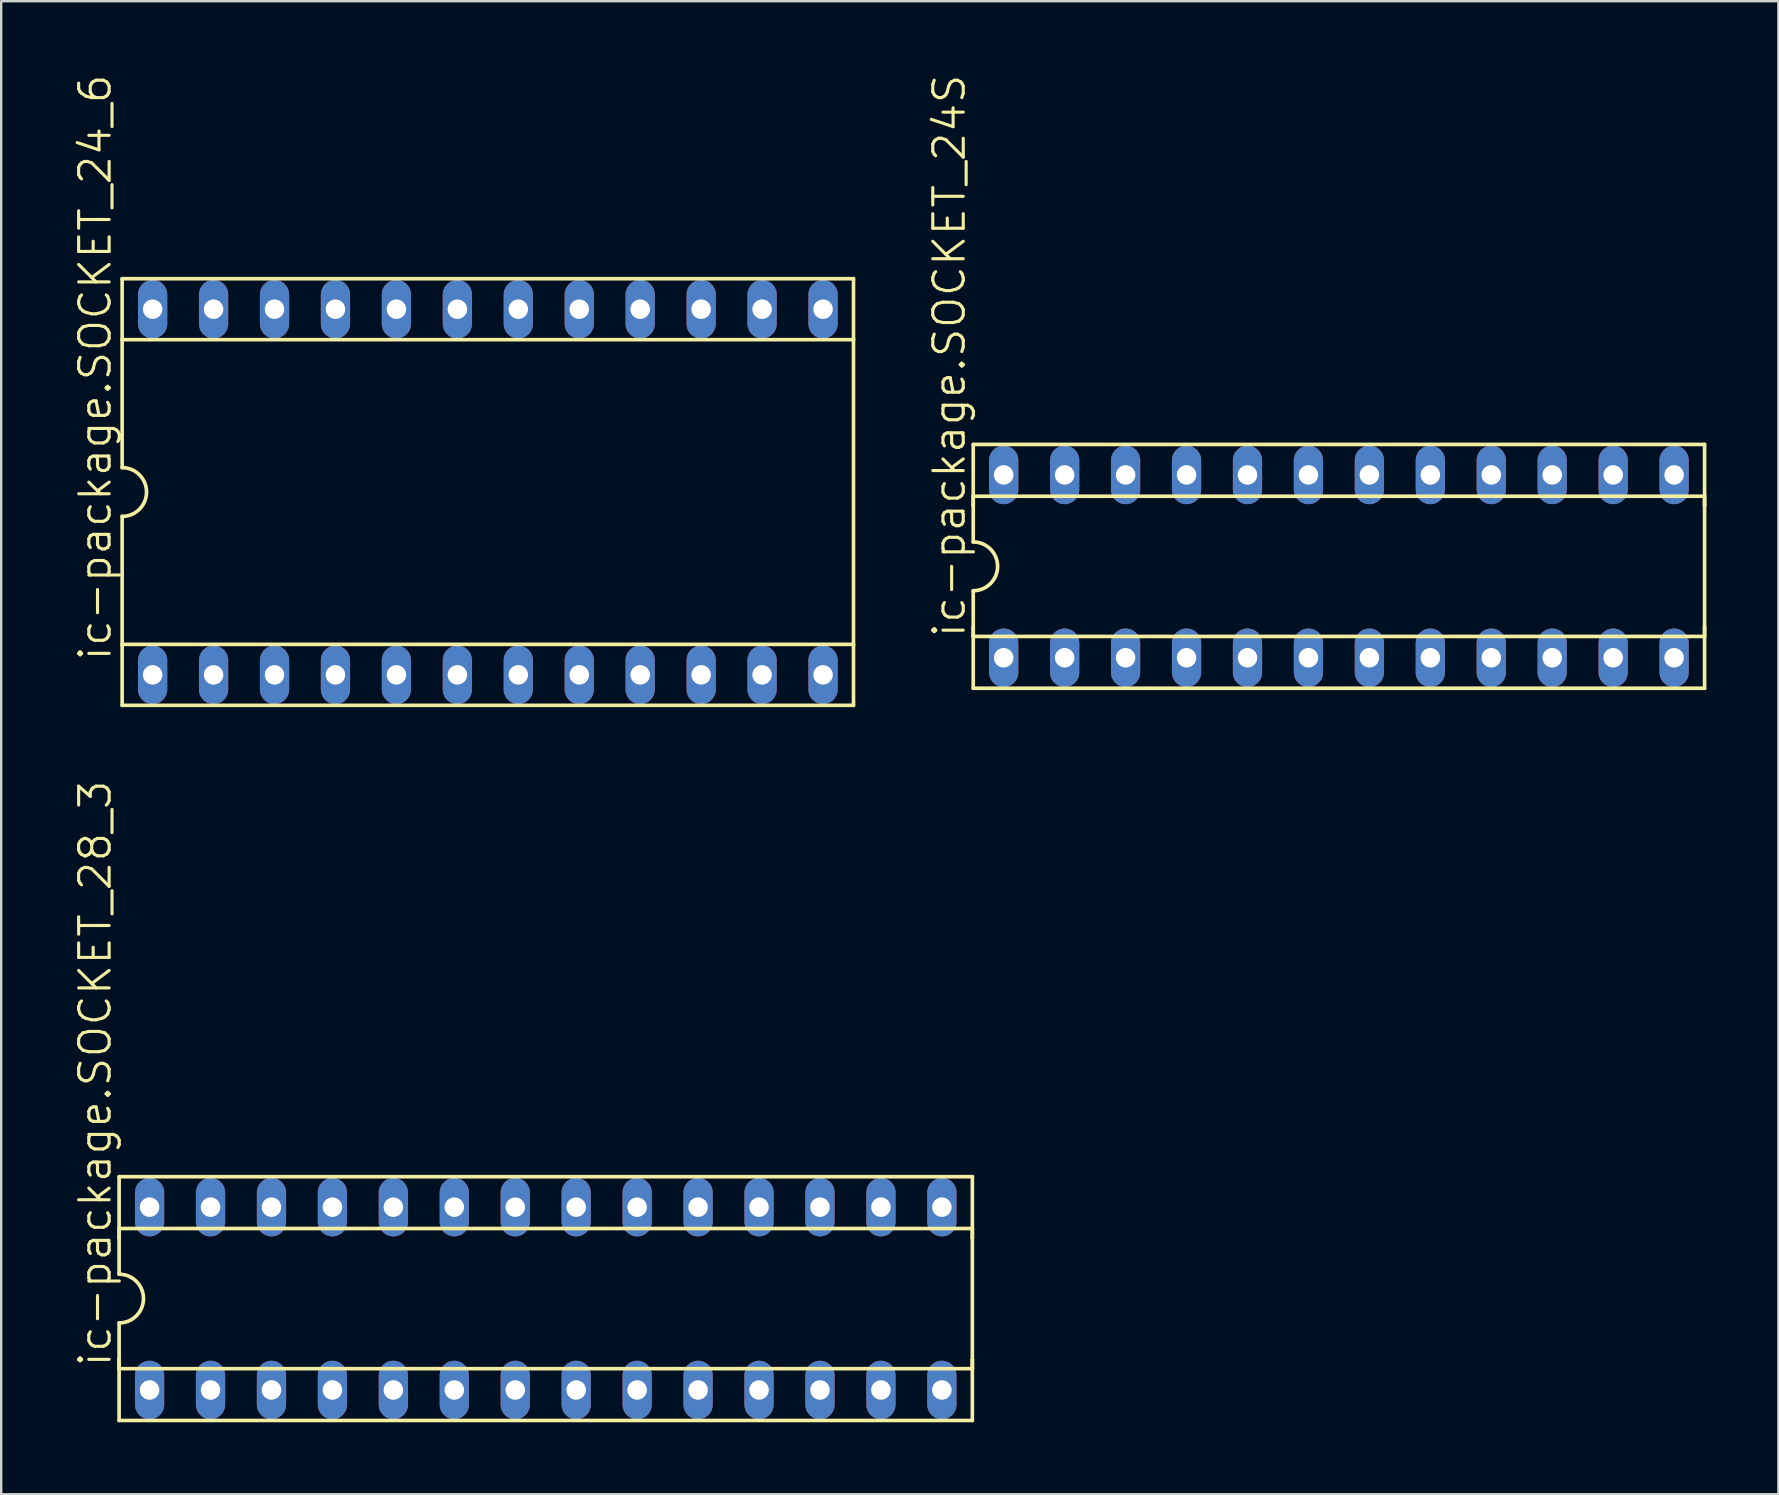
<source format=kicad_pcb>
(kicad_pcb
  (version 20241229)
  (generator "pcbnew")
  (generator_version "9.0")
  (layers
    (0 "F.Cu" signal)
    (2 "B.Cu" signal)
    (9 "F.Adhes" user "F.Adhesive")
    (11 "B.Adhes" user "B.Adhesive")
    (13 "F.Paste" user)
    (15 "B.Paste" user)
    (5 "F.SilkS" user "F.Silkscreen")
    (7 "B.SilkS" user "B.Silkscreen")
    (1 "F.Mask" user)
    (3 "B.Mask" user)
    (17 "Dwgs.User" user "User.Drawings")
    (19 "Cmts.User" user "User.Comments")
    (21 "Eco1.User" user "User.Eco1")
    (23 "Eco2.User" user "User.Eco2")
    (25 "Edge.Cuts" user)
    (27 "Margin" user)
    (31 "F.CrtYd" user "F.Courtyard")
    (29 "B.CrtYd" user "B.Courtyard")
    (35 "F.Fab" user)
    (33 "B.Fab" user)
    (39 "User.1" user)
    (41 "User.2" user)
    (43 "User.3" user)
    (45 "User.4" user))
  (footprint "ic-package.SOCKET_24S"
    (layer "F.Cu")
    (at 52.751 20.553)
    (property "Reference" "ic-package.SOCKET_24S" (at -15.494 3.048 90) (layer "F.SilkS") (effects (font (size 1.27 1.27) (thickness 0.13)) (justify left bottom)))
    (attr through_hole)
    (fp_line (start -15.24 -5.08) (end -15.24 -2.54) (stroke (width 0.152) (type default)) (layer "F.SilkS"))
    (fp_line (start -15.24 -2.921) (end -15.24 -2.54) (stroke (width 0.152) (type default)) (layer "F.SilkS"))
    (fp_line (start -15.24 -2.54) (end -15.24 -1.016) (stroke (width 0.152) (type default)) (layer "F.SilkS"))
    (fp_line (start -15.24 2.54) (end -15.24 1.016) (stroke (width 0.152) (type default)) (layer "F.SilkS"))
    (fp_line (start -15.24 2.921) (end -15.24 2.54) (stroke (width 0.152) (type default)) (layer "F.SilkS"))
    (fp_line (start -15.24 2.921) (end 15.24 2.921) (stroke (width 0.152) (type default)) (layer "F.SilkS"))
    (fp_line (start -15.24 5.08) (end -15.24 2.54) (stroke (width 0.152) (type default)) (layer "F.SilkS"))
    (fp_line (start -15.24 5.08) (end 15.24 5.08) (stroke (width 0.152) (type default)) (layer "F.SilkS"))
    (fp_line (start 15.24 -5.08) (end -15.24 -5.08) (stroke (width 0.152) (type default)) (layer "F.SilkS"))
    (fp_line (start 15.24 -5.08) (end 15.24 -2.54) (stroke (width 0.152) (type default)) (layer "F.SilkS"))
    (fp_line (start 15.24 -2.921) (end -15.24 -2.921) (stroke (width 0.152) (type default)) (layer "F.SilkS"))
    (fp_line (start 15.24 -2.921) (end 15.24 -2.54) (stroke (width 0.152) (type default)) (layer "F.SilkS"))
    (fp_line (start 15.24 -2.54) (end 15.24 2.54) (stroke (width 0.152) (type default)) (layer "F.SilkS"))
    (fp_line (start 15.24 2.54) (end 15.24 2.921) (stroke (width 0.152) (type default)) (layer "F.SilkS"))
    (fp_line (start 15.24 5.08) (end 15.24 2.54) (stroke (width 0.152) (type default)) (layer "F.SilkS"))
    (fp_arc (start -15.24 -1.016) (mid -14.224 0) (end -15.24 1.016) (stroke (width 0.1524) (type default)) (layer "F.SilkS"))
    (pad "1" thru_hole oval (at -13.97 3.81 90) (size 2.438 1.219) (drill 0.813) (layers "*.Cu" "*.Mask"))
    (pad "2" thru_hole oval (at -11.43 3.81 90) (size 2.438 1.219) (drill 0.813) (layers "*.Cu" "*.Mask"))
    (pad "3" thru_hole oval (at -8.89 3.81 90) (size 2.438 1.219) (drill 0.813) (layers "*.Cu" "*.Mask"))
    (pad "4" thru_hole oval (at -6.35 3.81 90) (size 2.438 1.219) (drill 0.813) (layers "*.Cu" "*.Mask"))
    (pad "5" thru_hole oval (at -3.81 3.81 90) (size 2.438 1.219) (drill 0.813) (layers "*.Cu" "*.Mask"))
    (pad "6" thru_hole oval (at -1.27 3.81 90) (size 2.438 1.219) (drill 0.813) (layers "*.Cu" "*.Mask"))
    (pad "7" thru_hole oval (at 1.27 3.81 90) (size 2.438 1.219) (drill 0.813) (layers "*.Cu" "*.Mask"))
    (pad "8" thru_hole oval (at 3.81 3.81 90) (size 2.438 1.219) (drill 0.813) (layers "*.Cu" "*.Mask"))
    (pad "9" thru_hole oval (at 6.35 3.81 90) (size 2.438 1.219) (drill 0.813) (layers "*.Cu" "*.Mask"))
    (pad "10" thru_hole oval (at 8.89 3.81 90) (size 2.438 1.219) (drill 0.813) (layers "*.Cu" "*.Mask"))
    (pad "11" thru_hole oval (at 11.43 3.81 90) (size 2.438 1.219) (drill 0.813) (layers "*.Cu" "*.Mask"))
    (pad "12" thru_hole oval (at 13.97 3.81 90) (size 2.438 1.219) (drill 0.813) (layers "*.Cu" "*.Mask"))
    (pad "13" thru_hole oval (at 13.97 -3.81 90) (size 2.438 1.219) (drill 0.813) (layers "*.Cu" "*.Mask"))
    (pad "14" thru_hole oval (at 11.43 -3.81 90) (size 2.438 1.219) (drill 0.813) (layers "*.Cu" "*.Mask"))
    (pad "15" thru_hole oval (at 8.89 -3.81 90) (size 2.438 1.219) (drill 0.813) (layers "*.Cu" "*.Mask"))
    (pad "16" thru_hole oval (at 6.35 -3.81 90) (size 2.438 1.219) (drill 0.813) (layers "*.Cu" "*.Mask"))
    (pad "17" thru_hole oval (at 3.81 -3.81 90) (size 2.438 1.219) (drill 0.813) (layers "*.Cu" "*.Mask"))
    (pad "18" thru_hole oval (at 1.27 -3.81 90) (size 2.438 1.219) (drill 0.813) (layers "*.Cu" "*.Mask"))
    (pad "19" thru_hole oval (at -1.27 -3.81 90) (size 2.438 1.219) (drill 0.813) (layers "*.Cu" "*.Mask"))
    (pad "20" thru_hole oval (at -3.81 -3.81 90) (size 2.438 1.219) (drill 0.813) (layers "*.Cu" "*.Mask"))
    (pad "21" thru_hole oval (at -6.35 -3.81 90) (size 2.438 1.219) (drill 0.813) (layers "*.Cu" "*.Mask"))
    (pad "22" thru_hole oval (at -8.89 -3.81 90) (size 2.438 1.219) (drill 0.813) (layers "*.Cu" "*.Mask"))
    (pad "23" thru_hole oval (at -11.43 -3.81 90) (size 2.438 1.219) (drill 0.813) (layers "*.Cu" "*.Mask"))
    (pad "24" thru_hole oval (at -13.97 -3.81 90) (size 2.438 1.219) (drill 0.813) (layers "*.Cu" "*.Mask")))
  (footprint "ic-package.SOCKET_24_6"
    (layer "F.Cu")
    (at 17.281 17.456)
    (property "Reference" "ic-package.SOCKET_24_6" (at -15.621 7.112 90) (layer "F.SilkS") (effects (font (size 1.27 1.27) (thickness 0.13)) (justify left bottom)))
    (attr through_hole)
    (fp_line (start -15.24 -8.89) (end -15.24 -6.35) (stroke (width 0.152) (type default)) (layer "F.SilkS"))
    (fp_line (start -15.24 -6.35) (end -15.24 -1.016) (stroke (width 0.152) (type default)) (layer "F.SilkS"))
    (fp_line (start -15.24 6.35) (end -15.24 1.016) (stroke (width 0.152) (type default)) (layer "F.SilkS"))
    (fp_line (start -15.24 6.35) (end 15.24 6.35) (stroke (width 0.152) (type default)) (layer "F.SilkS"))
    (fp_line (start -15.24 8.89) (end -15.24 6.35) (stroke (width 0.152) (type default)) (layer "F.SilkS"))
    (fp_line (start -15.24 8.89) (end 15.24 8.89) (stroke (width 0.152) (type default)) (layer "F.SilkS"))
    (fp_line (start 15.24 -8.89) (end -15.24 -8.89) (stroke (width 0.152) (type default)) (layer "F.SilkS"))
    (fp_line (start 15.24 -8.89) (end 15.24 -6.35) (stroke (width 0.152) (type default)) (layer "F.SilkS"))
    (fp_line (start 15.24 -6.35) (end -15.24 -6.35) (stroke (width 0.152) (type default)) (layer "F.SilkS"))
    (fp_line (start 15.24 -6.35) (end 15.24 6.35) (stroke (width 0.152) (type default)) (layer "F.SilkS"))
    (fp_line (start 15.24 6.35) (end 15.24 8.89) (stroke (width 0.152) (type default)) (layer "F.SilkS"))
    (fp_arc (start -15.24 -1.016) (mid -14.224 0) (end -15.24 1.016) (stroke (width 0.1524) (type default)) (layer "F.SilkS"))
    (pad "1" thru_hole oval (at -13.97 7.62 90) (size 2.438 1.219) (drill 0.813) (layers "*.Cu" "*.Mask"))
    (pad "2" thru_hole oval (at -11.43 7.62 90) (size 2.438 1.219) (drill 0.813) (layers "*.Cu" "*.Mask"))
    (pad "3" thru_hole oval (at -8.89 7.62 90) (size 2.438 1.219) (drill 0.813) (layers "*.Cu" "*.Mask"))
    (pad "4" thru_hole oval (at -6.35 7.62 90) (size 2.438 1.219) (drill 0.813) (layers "*.Cu" "*.Mask"))
    (pad "5" thru_hole oval (at -3.81 7.62 90) (size 2.438 1.219) (drill 0.813) (layers "*.Cu" "*.Mask"))
    (pad "6" thru_hole oval (at -1.27 7.62 90) (size 2.438 1.219) (drill 0.813) (layers "*.Cu" "*.Mask"))
    (pad "7" thru_hole oval (at 1.27 7.62 90) (size 2.438 1.219) (drill 0.813) (layers "*.Cu" "*.Mask"))
    (pad "8" thru_hole oval (at 3.81 7.62 90) (size 2.438 1.219) (drill 0.813) (layers "*.Cu" "*.Mask"))
    (pad "9" thru_hole oval (at 6.35 7.62 90) (size 2.438 1.219) (drill 0.813) (layers "*.Cu" "*.Mask"))
    (pad "10" thru_hole oval (at 8.89 7.62 90) (size 2.438 1.219) (drill 0.813) (layers "*.Cu" "*.Mask"))
    (pad "11" thru_hole oval (at 11.43 7.62 90) (size 2.438 1.219) (drill 0.813) (layers "*.Cu" "*.Mask"))
    (pad "12" thru_hole oval (at 13.97 7.62 90) (size 2.438 1.219) (drill 0.813) (layers "*.Cu" "*.Mask"))
    (pad "13" thru_hole oval (at 13.97 -7.62 90) (size 2.438 1.219) (drill 0.813) (layers "*.Cu" "*.Mask"))
    (pad "14" thru_hole oval (at 11.43 -7.62 90) (size 2.438 1.219) (drill 0.813) (layers "*.Cu" "*.Mask"))
    (pad "15" thru_hole oval (at 8.89 -7.62 90) (size 2.438 1.219) (drill 0.813) (layers "*.Cu" "*.Mask"))
    (pad "16" thru_hole oval (at 6.35 -7.62 90) (size 2.438 1.219) (drill 0.813) (layers "*.Cu" "*.Mask"))
    (pad "17" thru_hole oval (at 3.81 -7.62 90) (size 2.438 1.219) (drill 0.813) (layers "*.Cu" "*.Mask"))
    (pad "18" thru_hole oval (at 1.27 -7.62 90) (size 2.438 1.219) (drill 0.813) (layers "*.Cu" "*.Mask"))
    (pad "19" thru_hole oval (at -1.27 -7.62 90) (size 2.438 1.219) (drill 0.813) (layers "*.Cu" "*.Mask"))
    (pad "20" thru_hole oval (at -3.81 -7.62 90) (size 2.438 1.219) (drill 0.813) (layers "*.Cu" "*.Mask"))
    (pad "21" thru_hole oval (at -6.35 -7.62 90) (size 2.438 1.219) (drill 0.813) (layers "*.Cu" "*.Mask"))
    (pad "22" thru_hole oval (at -8.89 -7.62 90) (size 2.438 1.219) (drill 0.813) (layers "*.Cu" "*.Mask"))
    (pad "23" thru_hole oval (at -11.43 -7.62 90) (size 2.438 1.219) (drill 0.813) (layers "*.Cu" "*.Mask"))
    (pad "24" thru_hole oval (at -13.97 -7.62 90) (size 2.438 1.219) (drill 0.813) (layers "*.Cu" "*.Mask")))
  (footprint "ic-package.SOCKET_28_3"
    (layer "F.Cu")
    (at 19.694 51.07)
    (property "Reference" "ic-package.SOCKET_28_3" (at -18.034 2.921 90) (layer "F.SilkS") (effects (font (size 1.27 1.27) (thickness 0.13)) (justify left bottom)))
    (attr through_hole)
    (fp_line (start -17.78 -5.08) (end -17.78 -2.54) (stroke (width 0.152) (type default)) (layer "F.SilkS"))
    (fp_line (start -17.78 -2.921) (end -17.78 -2.54) (stroke (width 0.152) (type default)) (layer "F.SilkS"))
    (fp_line (start -17.78 -2.54) (end -17.78 -1.016) (stroke (width 0.152) (type default)) (layer "F.SilkS"))
    (fp_line (start -17.78 2.54) (end -17.78 1.016) (stroke (width 0.152) (type default)) (layer "F.SilkS"))
    (fp_line (start -17.78 2.921) (end -17.78 2.54) (stroke (width 0.152) (type default)) (layer "F.SilkS"))
    (fp_line (start -17.78 2.921) (end 17.78 2.921) (stroke (width 0.152) (type default)) (layer "F.SilkS"))
    (fp_line (start -17.78 5.08) (end -17.78 2.54) (stroke (width 0.152) (type default)) (layer "F.SilkS"))
    (fp_line (start -17.78 5.08) (end 17.78 5.08) (stroke (width 0.152) (type default)) (layer "F.SilkS"))
    (fp_line (start 17.78 -5.08) (end -17.78 -5.08) (stroke (width 0.152) (type default)) (layer "F.SilkS"))
    (fp_line (start 17.78 -5.08) (end 17.78 -2.54) (stroke (width 0.152) (type default)) (layer "F.SilkS"))
    (fp_line (start 17.78 -2.921) (end -17.78 -2.921) (stroke (width 0.152) (type default)) (layer "F.SilkS"))
    (fp_line (start 17.78 -2.921) (end 17.78 -2.54) (stroke (width 0.152) (type default)) (layer "F.SilkS"))
    (fp_line (start 17.78 -2.54) (end 17.78 2.54) (stroke (width 0.152) (type default)) (layer "F.SilkS"))
    (fp_line (start 17.78 2.54) (end 17.78 2.921) (stroke (width 0.152) (type default)) (layer "F.SilkS"))
    (fp_line (start 17.78 5.08) (end 17.78 2.54) (stroke (width 0.152) (type default)) (layer "F.SilkS"))
    (fp_arc (start -17.78 -1.016) (mid -16.764 0) (end -17.78 1.016) (stroke (width 0.1524) (type default)) (layer "F.SilkS"))
    (pad "1" thru_hole oval (at -16.51 3.81 90) (size 2.438 1.219) (drill 0.813) (layers "*.Cu" "*.Mask"))
    (pad "2" thru_hole oval (at -13.97 3.81 90) (size 2.438 1.219) (drill 0.813) (layers "*.Cu" "*.Mask"))
    (pad "3" thru_hole oval (at -11.43 3.81 90) (size 2.438 1.219) (drill 0.813) (layers "*.Cu" "*.Mask"))
    (pad "4" thru_hole oval (at -8.89 3.81 90) (size 2.438 1.219) (drill 0.813) (layers "*.Cu" "*.Mask"))
    (pad "5" thru_hole oval (at -6.35 3.81 90) (size 2.438 1.219) (drill 0.813) (layers "*.Cu" "*.Mask"))
    (pad "6" thru_hole oval (at -3.81 3.81 90) (size 2.438 1.219) (drill 0.813) (layers "*.Cu" "*.Mask"))
    (pad "7" thru_hole oval (at -1.27 3.81 90) (size 2.438 1.219) (drill 0.813) (layers "*.Cu" "*.Mask"))
    (pad "8" thru_hole oval (at 1.27 3.81 90) (size 2.438 1.219) (drill 0.813) (layers "*.Cu" "*.Mask"))
    (pad "9" thru_hole oval (at 3.81 3.81 90) (size 2.438 1.219) (drill 0.813) (layers "*.Cu" "*.Mask"))
    (pad "10" thru_hole oval (at 6.35 3.81 90) (size 2.438 1.219) (drill 0.813) (layers "*.Cu" "*.Mask"))
    (pad "11" thru_hole oval (at 8.89 3.81 90) (size 2.438 1.219) (drill 0.813) (layers "*.Cu" "*.Mask"))
    (pad "12" thru_hole oval (at 11.43 3.81 90) (size 2.438 1.219) (drill 0.813) (layers "*.Cu" "*.Mask"))
    (pad "13" thru_hole oval (at 13.97 3.81 90) (size 2.438 1.219) (drill 0.813) (layers "*.Cu" "*.Mask"))
    (pad "14" thru_hole oval (at 16.51 3.81 90) (size 2.438 1.219) (drill 0.813) (layers "*.Cu" "*.Mask"))
    (pad "15" thru_hole oval (at 16.51 -3.81 90) (size 2.438 1.219) (drill 0.813) (layers "*.Cu" "*.Mask"))
    (pad "16" thru_hole oval (at 13.97 -3.81 90) (size 2.438 1.219) (drill 0.813) (layers "*.Cu" "*.Mask"))
    (pad "17" thru_hole oval (at 11.43 -3.81 90) (size 2.438 1.219) (drill 0.813) (layers "*.Cu" "*.Mask"))
    (pad "18" thru_hole oval (at 8.89 -3.81 90) (size 2.438 1.219) (drill 0.813) (layers "*.Cu" "*.Mask"))
    (pad "19" thru_hole oval (at 6.35 -3.81 90) (size 2.438 1.219) (drill 0.813) (layers "*.Cu" "*.Mask"))
    (pad "20" thru_hole oval (at 3.81 -3.81 90) (size 2.438 1.219) (drill 0.813) (layers "*.Cu" "*.Mask"))
    (pad "21" thru_hole oval (at 1.27 -3.81 90) (size 2.438 1.219) (drill 0.813) (layers "*.Cu" "*.Mask"))
    (pad "22" thru_hole oval (at -1.27 -3.81 90) (size 2.438 1.219) (drill 0.813) (layers "*.Cu" "*.Mask"))
    (pad "23" thru_hole oval (at -3.81 -3.81 90) (size 2.438 1.219) (drill 0.813) (layers "*.Cu" "*.Mask"))
    (pad "24" thru_hole oval (at -6.35 -3.81 90) (size 2.438 1.219) (drill 0.813) (layers "*.Cu" "*.Mask"))
    (pad "25" thru_hole oval (at -8.89 -3.81 90) (size 2.438 1.219) (drill 0.813) (layers "*.Cu" "*.Mask"))
    (pad "26" thru_hole oval (at -11.43 -3.81 90) (size 2.438 1.219) (drill 0.813) (layers "*.Cu" "*.Mask"))
    (pad "27" thru_hole oval (at -13.97 -3.81 90) (size 2.438 1.219) (drill 0.813) (layers "*.Cu" "*.Mask"))
    (pad "28" thru_hole oval (at -16.51 -3.81 90) (size 2.438 1.219) (drill 0.813) (layers "*.Cu" "*.Mask")))
  (gr_rect
    (start -3 -3)
    (end 71.067 59.226)
    (stroke (width 0.1) (type default))
    (fill no)
    (layer "Edge.Cuts")))
</source>
